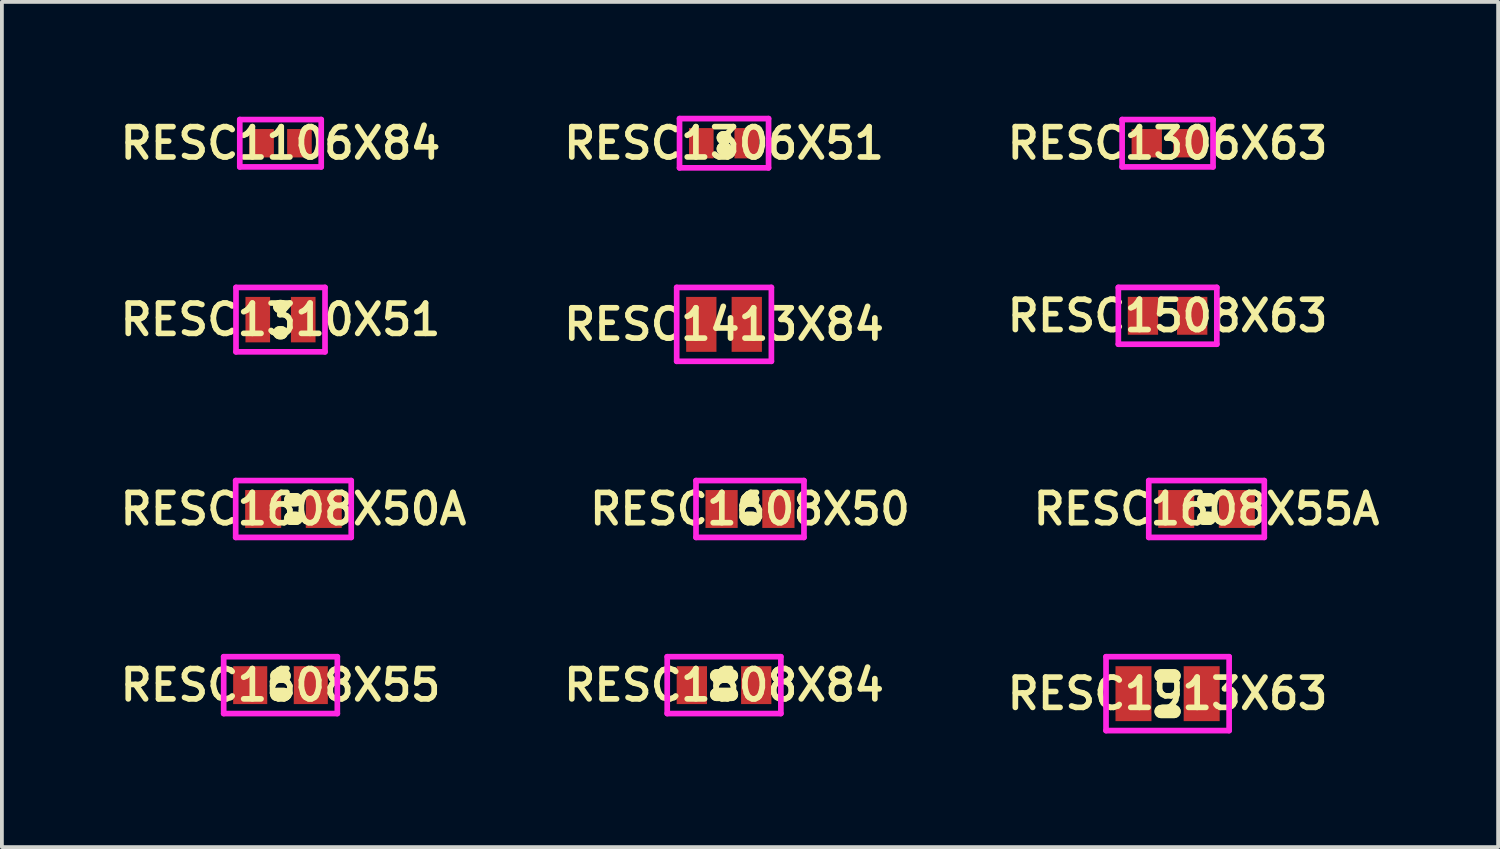
<source format=kicad_pcb>
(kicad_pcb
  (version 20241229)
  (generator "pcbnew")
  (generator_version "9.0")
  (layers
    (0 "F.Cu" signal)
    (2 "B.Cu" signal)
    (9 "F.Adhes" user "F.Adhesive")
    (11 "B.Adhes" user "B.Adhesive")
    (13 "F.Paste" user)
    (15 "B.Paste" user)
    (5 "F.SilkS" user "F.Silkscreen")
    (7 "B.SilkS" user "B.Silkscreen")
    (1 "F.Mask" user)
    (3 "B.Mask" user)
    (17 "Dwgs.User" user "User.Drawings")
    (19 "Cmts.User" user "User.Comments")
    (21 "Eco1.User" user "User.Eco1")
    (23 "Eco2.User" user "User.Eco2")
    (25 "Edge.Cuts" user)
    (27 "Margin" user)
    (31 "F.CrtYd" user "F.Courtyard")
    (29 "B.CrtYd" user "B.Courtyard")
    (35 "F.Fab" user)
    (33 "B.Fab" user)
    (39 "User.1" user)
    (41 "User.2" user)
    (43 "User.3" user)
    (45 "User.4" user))
  (footprint "RESC1413X84"
    (layer "F.Cu")
    (at 16.064 5.513)
    (property "Reference" "RESC1413X84" (at 0 0 0) (layer "F.SilkS") (effects (font (size 0.8 0.8) (thickness 0.15))))
    (attr smd)
    (fp_line (start -1.25 -0.975) (end 1.25 -0.975) (stroke (width 0.15) (type solid)) (layer "F.CrtYd"))
    (fp_line (start -1.25 0.975) (end -1.25 -0.975) (stroke (width 0.15) (type solid)) (layer "F.CrtYd"))
    (fp_line (start 1.25 -0.975) (end 1.25 0.975) (stroke (width 0.15) (type solid)) (layer "F.CrtYd"))
    (fp_line (start 1.25 0.975) (end -1.25 0.975) (stroke (width 0.15) (type solid)) (layer "F.CrtYd"))
    (pad "1" smd rect (at -0.6 0) (size 0.8 1.45) (layers "F.Cu" "F.Mask" "F.Paste"))
    (pad "2" smd rect (at 0.6 0) (size 0.8 1.45) (layers "F.Cu" "F.Mask" "F.Paste")))
  (footprint "RESC1608X55"
    (layer "F.Cu")
    (at 4.355 15.037)
    (property "Reference" "RESC1608X55" (at 0 0 0) (layer "F.SilkS") (effects (font (size 0.8 0.8) (thickness 0.15))))
    (attr smd)
    (fp_line (start -0.096 -0.246) (end 0.096 -0.246) (stroke (width 0.35) (type solid)) (layer "F.SilkS"))
    (fp_line (start -0.096 0.246) (end 0.096 0.246) (stroke (width 0.35) (type solid)) (layer "F.SilkS"))
    (fp_line (start 0.096 -0.246) (end -0.096 -0.246) (stroke (width 0.35) (type solid)) (layer "F.SilkS"))
    (fp_line (start 0.096 0.246) (end -0.096 0.246) (stroke (width 0.35) (type solid)) (layer "F.SilkS"))
    (fp_line (start -1.5 -0.75) (end 1.5 -0.75) (stroke (width 0.15) (type solid)) (layer "F.CrtYd"))
    (fp_line (start -1.5 0.75) (end -1.5 -0.75) (stroke (width 0.15) (type solid)) (layer "F.CrtYd"))
    (fp_line (start 1.5 -0.75) (end 1.5 0.75) (stroke (width 0.15) (type solid)) (layer "F.CrtYd"))
    (fp_line (start 1.5 0.75) (end -1.5 0.75) (stroke (width 0.15) (type solid)) (layer "F.CrtYd"))
    (pad "1" smd rect (at -0.8 0) (size 0.9 1) (layers "F.Cu" "F.Mask" "F.Paste"))
    (pad "2" smd rect (at 0.8 0) (size 0.9 1) (layers "F.Cu" "F.Mask" "F.Paste")))
  (footprint "RESC1508X63"
    (layer "F.Cu")
    (at 27.773 5.287)
    (property "Reference" "RESC1508X63" (at 0 0 0) (layer "F.SilkS") (effects (font (size 0.8 0.8) (thickness 0.15))))
    (attr smd)
    (fp_line (start -1.3 -0.75) (end 1.3 -0.75) (stroke (width 0.15) (type solid)) (layer "F.CrtYd"))
    (fp_line (start -1.3 0.75) (end -1.3 -0.75) (stroke (width 0.15) (type solid)) (layer "F.CrtYd"))
    (fp_line (start 1.3 -0.75) (end 1.3 0.75) (stroke (width 0.15) (type solid)) (layer "F.CrtYd"))
    (fp_line (start 1.3 0.75) (end -1.3 0.75) (stroke (width 0.15) (type solid)) (layer "F.CrtYd"))
    (pad "1" smd rect (at -0.65 0) (size 0.8 1) (layers "F.Cu" "F.Mask" "F.Paste"))
    (pad "2" smd rect (at 0.65 0) (size 0.8 1) (layers "F.Cu" "F.Mask" "F.Paste")))
  (footprint "RESC1306X51"
    (layer "F.Cu")
    (at 16.064 0.731)
    (property "Reference" "RESC1306X51" (at 0 0 0) (layer "F.SilkS") (effects (font (size 0.8 0.8) (thickness 0.15))))
    (attr smd)
    (fp_line (start -0.021 -0.146) (end 0.021 -0.146) (stroke (width 0.35) (type solid)) (layer "F.SilkS"))
    (fp_line (start -0.021 0.146) (end 0.021 0.146) (stroke (width 0.35) (type solid)) (layer "F.SilkS"))
    (fp_line (start 0.021 -0.146) (end -0.021 -0.146) (stroke (width 0.35) (type solid)) (layer "F.SilkS"))
    (fp_line (start 0.021 0.146) (end -0.021 0.146) (stroke (width 0.35) (type solid)) (layer "F.SilkS"))
    (fp_line (start -1.175 -0.65) (end 1.175 -0.65) (stroke (width 0.15) (type solid)) (layer "F.CrtYd"))
    (fp_line (start -1.175 0.65) (end -1.175 -0.65) (stroke (width 0.15) (type solid)) (layer "F.CrtYd"))
    (fp_line (start 1.175 -0.65) (end 1.175 0.65) (stroke (width 0.15) (type solid)) (layer "F.CrtYd"))
    (fp_line (start 1.175 0.65) (end -1.175 0.65) (stroke (width 0.15) (type solid)) (layer "F.CrtYd"))
    (pad "1" smd rect (at -0.6 0) (size 0.65 0.8) (layers "F.Cu" "F.Mask" "F.Paste"))
    (pad "2" smd rect (at 0.6 0) (size 0.65 0.8) (layers "F.Cu" "F.Mask" "F.Paste")))
  (footprint "RESC1608X50"
    (layer "F.Cu")
    (at 16.749 10.387)
    (property "Reference" "RESC1608X50" (at 0 0 0) (layer "F.SilkS") (effects (font (size 0.8 0.8) (thickness 0.15))))
    (attr smd)
    (fp_line (start -0.071 -0.246) (end 0.071 -0.246) (stroke (width 0.35) (type solid)) (layer "F.SilkS"))
    (fp_line (start -0.071 0.246) (end 0.071 0.246) (stroke (width 0.35) (type solid)) (layer "F.SilkS"))
    (fp_line (start 0.071 -0.246) (end -0.071 -0.246) (stroke (width 0.35) (type solid)) (layer "F.SilkS"))
    (fp_line (start 0.071 0.246) (end -0.071 0.246) (stroke (width 0.35) (type solid)) (layer "F.SilkS"))
    (fp_line (start -1.425 -0.75) (end 1.425 -0.75) (stroke (width 0.15) (type solid)) (layer "F.CrtYd"))
    (fp_line (start -1.425 0.75) (end -1.425 -0.75) (stroke (width 0.15) (type solid)) (layer "F.CrtYd"))
    (fp_line (start 1.425 -0.75) (end 1.425 0.75) (stroke (width 0.15) (type solid)) (layer "F.CrtYd"))
    (fp_line (start 1.425 0.75) (end -1.425 0.75) (stroke (width 0.15) (type solid)) (layer "F.CrtYd"))
    (pad "1" smd rect (at -0.75 0) (size 0.85 1) (layers "F.Cu" "F.Mask" "F.Paste"))
    (pad "2" smd rect (at 0.75 0) (size 0.85 1) (layers "F.Cu" "F.Mask" "F.Paste")))
  (footprint "RESC1608X50A"
    (layer "F.Cu")
    (at 4.697 10.387)
    (property "Reference" "RESC1608X50A" (at 0 0 0) (layer "F.SilkS") (effects (font (size 0.8 0.8) (thickness 0.15))))
    (attr smd)
    (fp_line (start -0.071 -0.246) (end 0.071 -0.246) (stroke (width 0.35) (type solid)) (layer "F.SilkS"))
    (fp_line (start -0.071 0.246) (end 0.071 0.246) (stroke (width 0.35) (type solid)) (layer "F.SilkS"))
    (fp_line (start 0.071 -0.246) (end -0.071 -0.246) (stroke (width 0.35) (type solid)) (layer "F.SilkS"))
    (fp_line (start 0.071 0.246) (end -0.071 0.246) (stroke (width 0.35) (type solid)) (layer "F.SilkS"))
    (fp_line (start -1.525 -0.75) (end 1.525 -0.75) (stroke (width 0.15) (type solid)) (layer "F.CrtYd"))
    (fp_line (start -1.525 0.75) (end -1.525 -0.75) (stroke (width 0.15) (type solid)) (layer "F.CrtYd"))
    (fp_line (start 1.525 -0.75) (end 1.525 0.75) (stroke (width 0.15) (type solid)) (layer "F.CrtYd"))
    (fp_line (start 1.525 0.75) (end -1.525 0.75) (stroke (width 0.15) (type solid)) (layer "F.CrtYd"))
    (pad "1" smd rect (at -0.8 0) (size 0.95 1) (layers "F.Cu" "F.Mask" "F.Paste"))
    (pad "2" smd rect (at 0.8 0) (size 0.95 1) (layers "F.Cu" "F.Mask" "F.Paste")))
  (footprint "RESC1608X55A"
    (layer "F.Cu")
    (at 28.801 10.387)
    (property "Reference" "RESC1608X55A" (at 0 0 0) (layer "F.SilkS") (effects (font (size 0.8 0.8) (thickness 0.15))))
    (attr smd)
    (fp_line (start -0.071 -0.246) (end 0.071 -0.246) (stroke (width 0.35) (type solid)) (layer "F.SilkS"))
    (fp_line (start -0.071 0.246) (end 0.071 0.246) (stroke (width 0.35) (type solid)) (layer "F.SilkS"))
    (fp_line (start 0.071 -0.246) (end -0.071 -0.246) (stroke (width 0.35) (type solid)) (layer "F.SilkS"))
    (fp_line (start 0.071 0.246) (end -0.071 0.246) (stroke (width 0.35) (type solid)) (layer "F.SilkS"))
    (fp_line (start -1.525 -0.75) (end 1.525 -0.75) (stroke (width 0.15) (type solid)) (layer "F.CrtYd"))
    (fp_line (start -1.525 0.75) (end -1.525 -0.75) (stroke (width 0.15) (type solid)) (layer "F.CrtYd"))
    (fp_line (start 1.525 -0.75) (end 1.525 0.75) (stroke (width 0.15) (type solid)) (layer "F.CrtYd"))
    (fp_line (start 1.525 0.75) (end -1.525 0.75) (stroke (width 0.15) (type solid)) (layer "F.CrtYd"))
    (pad "1" smd rect (at -0.8 0) (size 0.95 1) (layers "F.Cu" "F.Mask" "F.Paste"))
    (pad "2" smd rect (at 0.8 0) (size 0.95 1) (layers "F.Cu" "F.Mask" "F.Paste")))
  (footprint "RESC1306X63"
    (layer "F.Cu")
    (at 27.773 0.731)
    (property "Reference" "RESC1306X63" (at 0 0 0) (layer "F.SilkS") (effects (font (size 0.8 0.8) (thickness 0.15))))
    (attr smd)
    (fp_line (start -1.2 -0.625) (end 1.2 -0.625) (stroke (width 0.15) (type solid)) (layer "F.CrtYd"))
    (fp_line (start -1.2 0.625) (end -1.2 -0.625) (stroke (width 0.15) (type solid)) (layer "F.CrtYd"))
    (fp_line (start 1.2 -0.625) (end 1.2 0.625) (stroke (width 0.15) (type solid)) (layer "F.CrtYd"))
    (fp_line (start 1.2 0.625) (end -1.2 0.625) (stroke (width 0.15) (type solid)) (layer "F.CrtYd"))
    (pad "1" smd rect (at -0.55 0) (size 0.8 0.75) (layers "F.Cu" "F.Mask" "F.Paste"))
    (pad "2" smd rect (at 0.55 0) (size 0.8 0.75) (layers "F.Cu" "F.Mask" "F.Paste")))
  (footprint "RESC1608X84"
    (layer "F.Cu")
    (at 16.064 15.037)
    (property "Reference" "RESC1608X84" (at 0 0 0) (layer "F.SilkS") (effects (font (size 0.8 0.8) (thickness 0.15))))
    (attr smd)
    (fp_line (start -0.196 -0.246) (end 0.196 -0.246) (stroke (width 0.35) (type solid)) (layer "F.SilkS"))
    (fp_line (start -0.196 0.246) (end 0.196 0.246) (stroke (width 0.35) (type solid)) (layer "F.SilkS"))
    (fp_line (start 0.196 -0.246) (end -0.196 -0.246) (stroke (width 0.35) (type solid)) (layer "F.SilkS"))
    (fp_line (start 0.196 0.246) (end -0.196 0.246) (stroke (width 0.35) (type solid)) (layer "F.SilkS"))
    (fp_line (start -1.5 -0.75) (end 1.5 -0.75) (stroke (width 0.15) (type solid)) (layer "F.CrtYd"))
    (fp_line (start -1.5 0.75) (end -1.5 -0.75) (stroke (width 0.15) (type solid)) (layer "F.CrtYd"))
    (fp_line (start 1.5 -0.75) (end 1.5 0.75) (stroke (width 0.15) (type solid)) (layer "F.CrtYd"))
    (fp_line (start 1.5 0.75) (end -1.5 0.75) (stroke (width 0.15) (type solid)) (layer "F.CrtYd"))
    (pad "1" smd rect (at -0.85 0) (size 0.8 1) (layers "F.Cu" "F.Mask" "F.Paste"))
    (pad "2" smd rect (at 0.85 0) (size 0.8 1) (layers "F.Cu" "F.Mask" "F.Paste")))
  (footprint "RESC1106X84"
    (layer "F.Cu")
    (at 4.355 0.731)
    (property "Reference" "RESC1106X84" (at 0 0 0) (layer "F.SilkS") (effects (font (size 0.8 0.8) (thickness 0.15))))
    (attr smd)
    (fp_line (start -1.075 -0.625) (end 1.075 -0.625) (stroke (width 0.15) (type solid)) (layer "F.CrtYd"))
    (fp_line (start -1.075 0.625) (end -1.075 -0.625) (stroke (width 0.15) (type solid)) (layer "F.CrtYd"))
    (fp_line (start 1.075 -0.625) (end 1.075 0.625) (stroke (width 0.15) (type solid)) (layer "F.CrtYd"))
    (fp_line (start 1.075 0.625) (end -1.075 0.625) (stroke (width 0.15) (type solid)) (layer "F.CrtYd"))
    (pad "1" smd rect (at -0.5 0) (size 0.65 0.75) (layers "F.Cu" "F.Mask" "F.Paste"))
    (pad "2" smd rect (at 0.5 0) (size 0.65 0.75) (layers "F.Cu" "F.Mask" "F.Paste")))
  (footprint "RESC1310X51"
    (layer "F.Cu")
    (at 4.355 5.388)
    (property "Reference" "RESC1310X51" (at 0 0 0) (layer "F.SilkS") (effects (font (size 0.8 0.8) (thickness 0.15))))
    (attr smd)
    (fp_line (start -0.021 -0.346) (end 0.021 -0.346) (stroke (width 0.35) (type solid)) (layer "F.SilkS"))
    (fp_line (start -0.021 0.346) (end 0.021 0.346) (stroke (width 0.35) (type solid)) (layer "F.SilkS"))
    (fp_line (start 0.021 -0.346) (end -0.021 -0.346) (stroke (width 0.35) (type solid)) (layer "F.SilkS"))
    (fp_line (start 0.021 0.346) (end -0.021 0.346) (stroke (width 0.35) (type solid)) (layer "F.SilkS"))
    (fp_line (start -1.175 -0.85) (end 1.175 -0.85) (stroke (width 0.15) (type solid)) (layer "F.CrtYd"))
    (fp_line (start -1.175 0.85) (end -1.175 -0.85) (stroke (width 0.15) (type solid)) (layer "F.CrtYd"))
    (fp_line (start 1.175 -0.85) (end 1.175 0.85) (stroke (width 0.15) (type solid)) (layer "F.CrtYd"))
    (fp_line (start 1.175 0.85) (end -1.175 0.85) (stroke (width 0.15) (type solid)) (layer "F.CrtYd"))
    (pad "1" smd rect (at -0.6 0) (size 0.65 1.2) (layers "F.Cu" "F.Mask" "F.Paste"))
    (pad "2" smd rect (at 0.6 0) (size 0.65 1.2) (layers "F.Cu" "F.Mask" "F.Paste")))
  (footprint "RESC1913X63"
    (layer "F.Cu")
    (at 27.773 15.262)
    (property "Reference" "RESC1913X63" (at 0 0 0) (layer "F.SilkS") (effects (font (size 0.8 0.8) (thickness 0.15))))
    (attr smd)
    (fp_line (start -0.171 -0.471) (end 0.171 -0.471) (stroke (width 0.35) (type solid)) (layer "F.SilkS"))
    (fp_line (start -0.171 0.471) (end 0.171 0.471) (stroke (width 0.35) (type solid)) (layer "F.SilkS"))
    (fp_line (start 0.171 -0.471) (end -0.171 -0.471) (stroke (width 0.35) (type solid)) (layer "F.SilkS"))
    (fp_line (start 0.171 0.471) (end -0.171 0.471) (stroke (width 0.35) (type solid)) (layer "F.SilkS"))
    (fp_line (start -1.625 -0.975) (end 1.625 -0.975) (stroke (width 0.15) (type solid)) (layer "F.CrtYd"))
    (fp_line (start -1.625 0.975) (end -1.625 -0.975) (stroke (width 0.15) (type solid)) (layer "F.CrtYd"))
    (fp_line (start 1.625 -0.975) (end 1.625 0.975) (stroke (width 0.15) (type solid)) (layer "F.CrtYd"))
    (fp_line (start 1.625 0.975) (end -1.625 0.975) (stroke (width 0.15) (type solid)) (layer "F.CrtYd"))
    (pad "1" smd rect (at -0.9 0) (size 0.95 1.45) (layers "F.Cu" "F.Mask" "F.Paste"))
    (pad "2" smd rect (at 0.9 0) (size 0.95 1.45) (layers "F.Cu" "F.Mask" "F.Paste")))
  (gr_rect
    (start -3 -3)
    (end 36.499 19.312)
    (stroke (width 0.1) (type default))
    (fill no)
    (layer "Edge.Cuts")))
</source>
